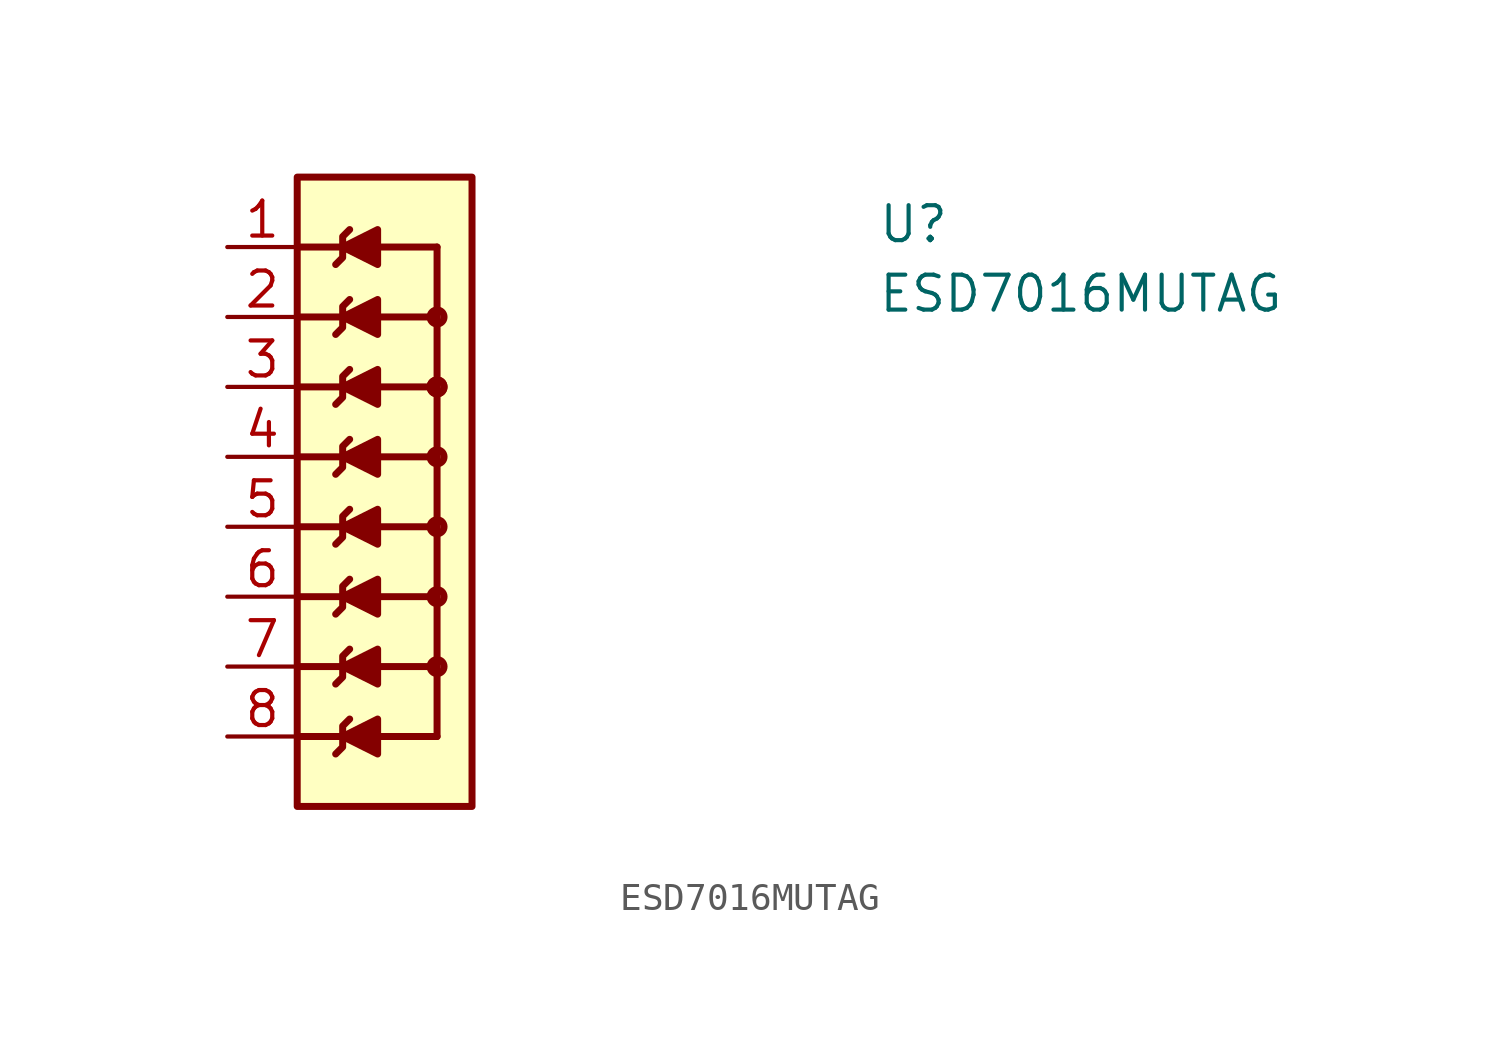
<source format=kicad_sym>
(kicad_symbol_lib
  (version 20211014)
  (generator kicad_symbol_editor)
  (symbol "ESD7016MUTAG"
    (property "Reference" "U"
      (at 23.622 0.831 0)
      (effects (font (size 1.27 1.27) (thickness 0.15)) (justify left)))
    (property "Value" "ESD7016MUTAG"
      (at 23.622 -1.693 0)
      (effects (font (size 1.27 1.27) (thickness 0.15)) (justify left)))
    (symbol "ESD7016MUTAG_1_1"
      (polyline (pts (xy 2.54 -17.78) (xy 7.62 -17.78)) (stroke (width 0.254) (type default) (color 0 0 0 0)) (fill (type background)))
      (polyline (pts (xy 2.54 -12.7) (xy 7.62 -12.7)) (stroke (width 0.254) (type default) (color 0 0 0 0)) (fill (type background)))
      (polyline (pts (xy 2.54 -7.62) (xy 7.62 -7.62)) (stroke (width 0.254) (type default) (color 0 0 0 0)) (fill (type background)))
      (polyline (pts (xy 2.54 -5.08) (xy 7.62 -5.08)) (stroke (width 0.254) (type default) (color 0 0 0 0)) (fill (type background)))
      (polyline (pts (xy 2.54 -2.54) (xy 7.62 -2.54)) (stroke (width 0.254) (type default) (color 0 0 0 0)) (fill (type background)))
      (polyline (pts (xy 2.54 0) (xy 7.62 0)) (stroke (width 0.254) (type default) (color 0 0 0 0)) (fill (type background)))
      (polyline (pts (xy 7.62 -15.24) (xy 2.54 -15.24)) (stroke (width 0.254) (type default) (color 0 0 0 0)) (fill (type background)))
      (polyline (pts (xy 7.62 -10.16) (xy 2.54 -10.16)) (stroke (width 0.254) (type default) (color 0 0 0 0)) (fill (type background)))
      (polyline (pts (xy 7.62 0) (xy 7.62 -17.78)) (stroke (width 0.254) (type default) (color 0 0 0 0)) (fill (type background)))
      (polyline (pts (xy 4.191 -17.78) (xy 5.461 -17.145) (xy 5.461 -18.415) (xy 4.191 -17.78)) (stroke (width 0.254) (type default) (color 0 0 0 0)) (fill (type outline)))
      (polyline (pts (xy 4.191 -15.24) (xy 5.461 -14.605) (xy 5.461 -15.875) (xy 4.191 -15.24)) (stroke (width 0.254) (type default) (color 0 0 0 0)) (fill (type outline)))
      (polyline (pts (xy 4.191 -12.7) (xy 5.461 -12.065) (xy 5.461 -13.335) (xy 4.191 -12.7)) (stroke (width 0.254) (type default) (color 0 0 0 0)) (fill (type outline)))
      (polyline (pts (xy 4.191 -10.16) (xy 5.461 -9.525) (xy 5.461 -10.795) (xy 4.191 -10.16)) (stroke (width 0.254) (type default) (color 0 0 0 0)) (fill (type outline)))
      (polyline (pts (xy 4.191 -7.62) (xy 5.461 -6.985) (xy 5.461 -8.255) (xy 4.191 -7.62)) (stroke (width 0.254) (type default) (color 0 0 0 0)) (fill (type outline)))
      (polyline (pts (xy 4.191 -5.08) (xy 5.461 -4.445) (xy 5.461 -5.715) (xy 4.191 -5.08)) (stroke (width 0.254) (type default) (color 0 0 0 0)) (fill (type outline)))
      (polyline (pts (xy 4.191 -2.54) (xy 5.461 -1.905) (xy 5.461 -3.175) (xy 4.191 -2.54)) (stroke (width 0.254) (type default) (color 0 0 0 0)) (fill (type outline)))
      (polyline (pts (xy 4.191 0) (xy 5.461 0.635) (xy 5.461 -0.635) (xy 4.191 0)) (stroke (width 0.254) (type default) (color 0 0 0 0)) (fill (type outline)))
      (polyline (pts (xy 4.445 -17.145) (xy 4.191 -17.399) (xy 4.191 -18.161) (xy 3.937 -18.415)) (stroke (width 0.254) (type default) (color 0 0 0 0)) (fill (type background)))
      (polyline (pts (xy 4.445 -14.605) (xy 4.191 -14.859) (xy 4.191 -15.621) (xy 3.937 -15.875)) (stroke (width 0.254) (type default) (color 0 0 0 0)) (fill (type background)))
      (polyline (pts (xy 4.445 -12.065) (xy 4.191 -12.319) (xy 4.191 -13.081) (xy 3.937 -13.335)) (stroke (width 0.254) (type default) (color 0 0 0 0)) (fill (type background)))
      (polyline (pts (xy 4.445 -9.525) (xy 4.191 -9.779) (xy 4.191 -10.541) (xy 3.937 -10.795)) (stroke (width 0.254) (type default) (color 0 0 0 0)) (fill (type background)))
      (polyline (pts (xy 4.445 -6.985) (xy 4.191 -7.239) (xy 4.191 -8.001) (xy 3.937 -8.255)) (stroke (width 0.254) (type default) (color 0 0 0 0)) (fill (type background)))
      (polyline (pts (xy 4.445 -4.445) (xy 4.191 -4.699) (xy 4.191 -5.461) (xy 3.937 -5.715)) (stroke (width 0.254) (type default) (color 0 0 0 0)) (fill (type background)))
      (polyline (pts (xy 4.445 -1.905) (xy 4.191 -2.159) (xy 4.191 -2.921) (xy 3.937 -3.175)) (stroke (width 0.254) (type default) (color 0 0 0 0)) (fill (type background)))
      (polyline (pts (xy 4.445 0.635) (xy 4.191 0.381) (xy 4.191 -0.381) (xy 3.937 -0.635)) (stroke (width 0.254) (type default) (color 0 0 0 0)) (fill (type background)))
      (rectangle (start 2.54 2.54) (end 8.89 -20.32) (stroke (width 0.254) (type default) (color 0 0 0 0)) (fill (type background)))
      (circle (center 7.62 -15.24) (radius 0.254) (stroke (width 0.254) (type default) (color 0 0 0 0)) (fill (type background)))
      (circle (center 7.62 -12.7) (radius 0.254) (stroke (width 0.254) (type default) (color 0 0 0 0)) (fill (type background)))
      (circle (center 7.62 -10.16) (radius 0.254) (stroke (width 0.254) (type default) (color 0 0 0 0)) (fill (type background)))
      (circle (center 7.62 -7.62) (radius 0.254) (stroke (width 0.254) (type default) (color 0 0 0 0)) (fill (type background)))
      (circle (center 7.62 -5.08) (radius 0.254) (stroke (width 0.254) (type default) (color 0 0 0 0)) (fill (type background)))
      (circle (center 7.62 -5.08) (radius 0.254) (stroke (width 0.254) (type default) (color 0 0 0 0)) (fill (type background)))
      (circle (center 7.62 -2.54) (radius 0.254) (stroke (width 0.254) (type default) (color 0 0 0 0)) (fill (type background)))
      (pin passive line (at 0 0 0) (length 2.54) (name "~" (effects (font (size 1.27 1.27)))) (number "1" (effects (font (size 1.27 1.27)))))
      (pin passive line (at 0 -2.54 0) (length 2.54) (name "~" (effects (font (size 1.27 1.27)))) (number "2" (effects (font (size 1.27 1.27)))))
      (pin power_in line (at 0 -5.08 0) (length 2.54) (name "~" (effects (font (size 1.27 1.27)))) (number "3" (effects (font (size 1.27 1.27)))))
      (pin passive line (at 0 -7.62 0) (length 2.54) (name "~" (effects (font (size 1.27 1.27)))) (number "4" (effects (font (size 1.27 1.27)))))
      (pin passive line (at 0 -10.16 0) (length 2.54) (name "~" (effects (font (size 1.27 1.27)))) (number "5" (effects (font (size 1.27 1.27)))))
      (pin power_in line (at 0 -12.7 0) (length 2.54) (name "~" (effects (font (size 1.27 1.27)))) (number "6" (effects (font (size 1.27 1.27)))))
      (pin passive line (at 0 -15.24 0) (length 2.54) (name "~" (effects (font (size 1.27 1.27)))) (number "7" (effects (font (size 1.27 1.27)))))
      (pin passive line (at 0 -17.78 0) (length 2.54) (name "~" (effects (font (size 1.27 1.27)))) (number "8" (effects (font (size 1.27 1.27))))))))
</source>
